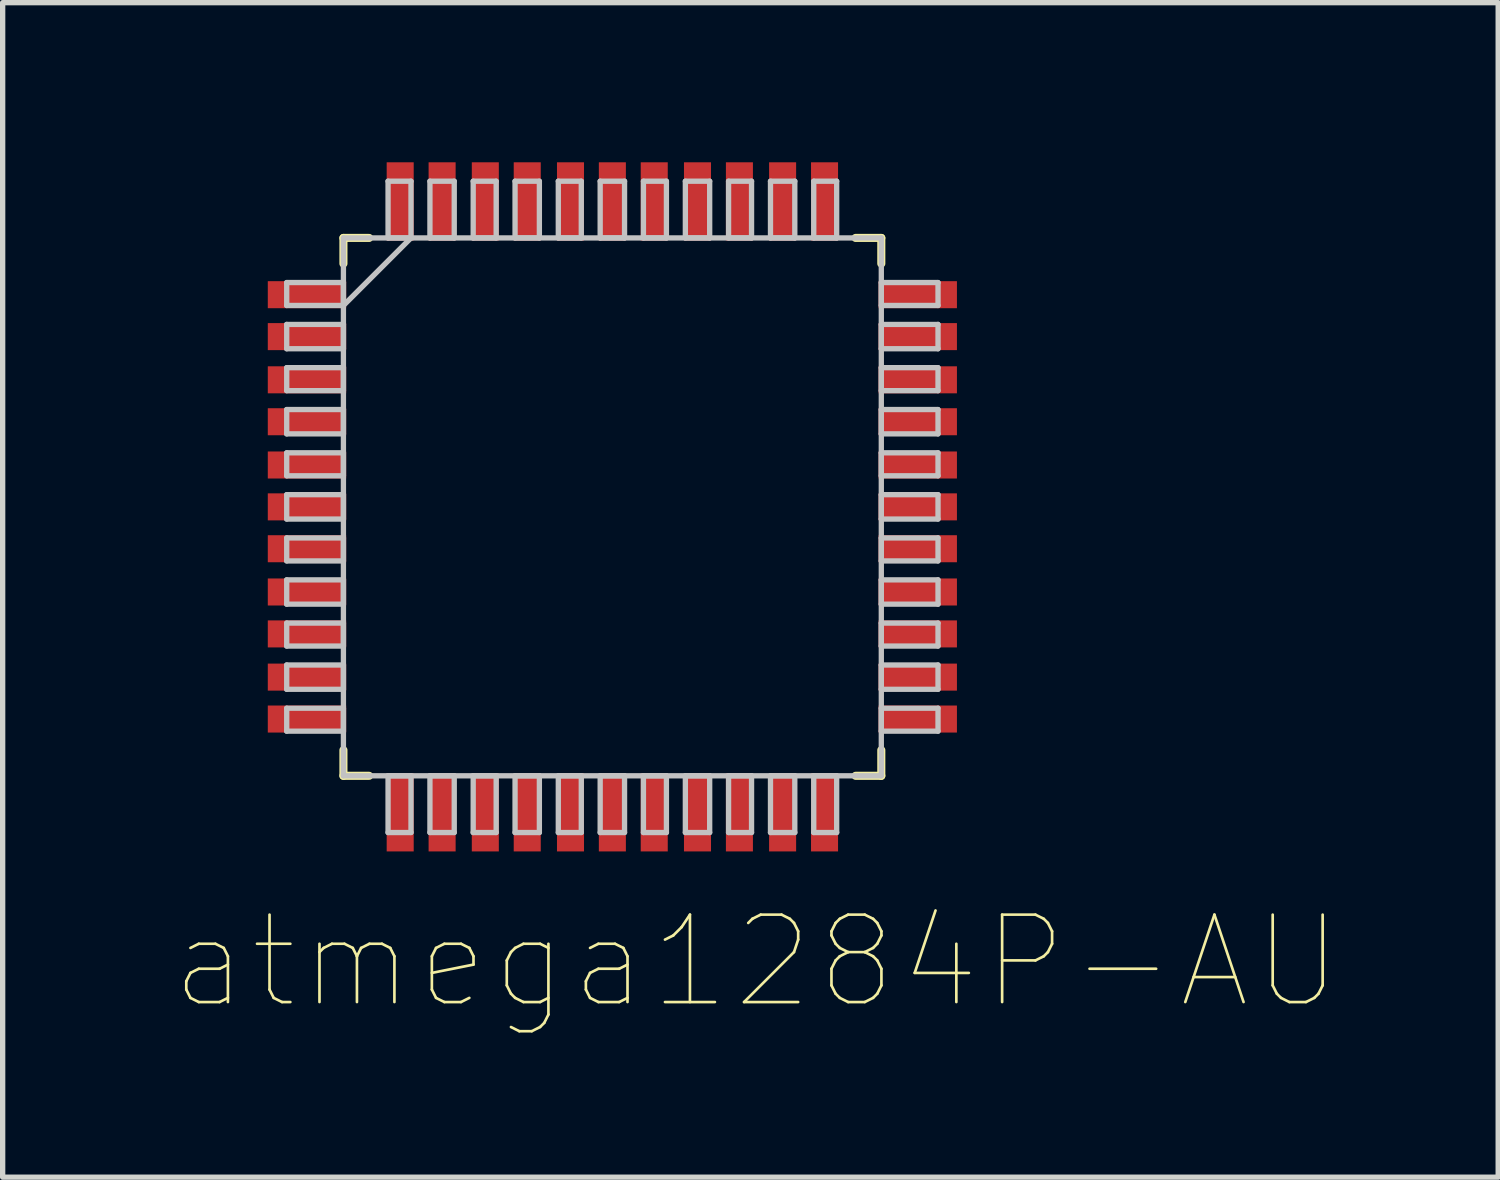
<source format=kicad_pcb>
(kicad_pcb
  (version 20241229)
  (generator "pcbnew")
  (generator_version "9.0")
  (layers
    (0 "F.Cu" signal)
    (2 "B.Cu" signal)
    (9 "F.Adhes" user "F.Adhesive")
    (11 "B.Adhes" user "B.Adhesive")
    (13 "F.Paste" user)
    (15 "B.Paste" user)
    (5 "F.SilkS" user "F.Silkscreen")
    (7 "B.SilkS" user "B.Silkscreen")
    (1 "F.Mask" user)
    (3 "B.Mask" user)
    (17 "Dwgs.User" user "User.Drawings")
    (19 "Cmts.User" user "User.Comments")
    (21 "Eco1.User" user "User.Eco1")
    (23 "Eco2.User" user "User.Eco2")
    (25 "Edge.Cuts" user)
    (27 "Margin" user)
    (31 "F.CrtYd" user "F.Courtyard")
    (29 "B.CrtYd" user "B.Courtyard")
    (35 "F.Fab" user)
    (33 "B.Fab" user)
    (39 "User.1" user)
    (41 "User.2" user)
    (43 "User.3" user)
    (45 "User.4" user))
  (footprint "atmega1284P-AU"
    (layer "F.Cu")
    (at 0.25 13.247)
    (property "Reference" "atmega1284P-AU" (at 10.92 1.78 0) (layer "F.SilkS") (effects (font (size 1.643 1.643) (thickness 0.05))))
    (attr smd)
    (fp_line (start 3.155 -11.825) (end 3.155 -11.342) (stroke (width 0.152) (type solid)) (layer "F.SilkS"))
    (fp_line (start 3.155 -2.198) (end 3.155 -1.715) (stroke (width 0.152) (type solid)) (layer "F.SilkS"))
    (fp_line (start 3.155 -1.715) (end 3.638 -1.715) (stroke (width 0.152) (type solid)) (layer "F.SilkS"))
    (fp_line (start 3.638 -11.825) (end 3.155 -11.825) (stroke (width 0.152) (type solid)) (layer "F.SilkS"))
    (fp_line (start 12.782 -1.715) (end 13.265 -1.715) (stroke (width 0.152) (type solid)) (layer "F.SilkS"))
    (fp_line (start 13.265 -11.825) (end 12.782 -11.825) (stroke (width 0.152) (type solid)) (layer "F.SilkS"))
    (fp_line (start 13.265 -11.342) (end 13.265 -11.825) (stroke (width 0.152) (type solid)) (layer "F.SilkS"))
    (fp_line (start 13.265 -1.715) (end 13.265 -2.198) (stroke (width 0.152) (type solid)) (layer "F.SilkS"))
    (fp_line (start 2.089 -10.986) (end 2.089 -10.555) (stroke (width 0.1) (type solid)) (layer "Dwgs.User"))
    (fp_line (start 2.089 -10.555) (end 3.155 -10.555) (stroke (width 0.1) (type solid)) (layer "Dwgs.User"))
    (fp_line (start 2.089 -10.199) (end 2.089 -9.742) (stroke (width 0.1) (type solid)) (layer "Dwgs.User"))
    (fp_line (start 2.089 -9.742) (end 3.155 -9.742) (stroke (width 0.1) (type solid)) (layer "Dwgs.User"))
    (fp_line (start 2.089 -9.386) (end 2.089 -8.954) (stroke (width 0.1) (type solid)) (layer "Dwgs.User"))
    (fp_line (start 2.089 -8.954) (end 3.155 -8.954) (stroke (width 0.1) (type solid)) (layer "Dwgs.User"))
    (fp_line (start 2.089 -8.599) (end 2.089 -8.142) (stroke (width 0.1) (type solid)) (layer "Dwgs.User"))
    (fp_line (start 2.089 -8.142) (end 3.155 -8.142) (stroke (width 0.1) (type solid)) (layer "Dwgs.User"))
    (fp_line (start 2.089 -7.786) (end 2.089 -7.354) (stroke (width 0.1) (type solid)) (layer "Dwgs.User"))
    (fp_line (start 2.089 -7.354) (end 3.155 -7.354) (stroke (width 0.1) (type solid)) (layer "Dwgs.User"))
    (fp_line (start 2.089 -6.999) (end 2.089 -6.541) (stroke (width 0.1) (type solid)) (layer "Dwgs.User"))
    (fp_line (start 2.089 -6.541) (end 3.155 -6.541) (stroke (width 0.1) (type solid)) (layer "Dwgs.User"))
    (fp_line (start 2.089 -6.186) (end 2.089 -5.754) (stroke (width 0.1) (type solid)) (layer "Dwgs.User"))
    (fp_line (start 2.089 -5.754) (end 3.155 -5.754) (stroke (width 0.1) (type solid)) (layer "Dwgs.User"))
    (fp_line (start 2.089 -5.398) (end 2.089 -4.941) (stroke (width 0.1) (type solid)) (layer "Dwgs.User"))
    (fp_line (start 2.089 -4.941) (end 3.155 -4.941) (stroke (width 0.1) (type solid)) (layer "Dwgs.User"))
    (fp_line (start 2.089 -4.586) (end 2.089 -4.154) (stroke (width 0.1) (type solid)) (layer "Dwgs.User"))
    (fp_line (start 2.089 -4.154) (end 3.155 -4.154) (stroke (width 0.1) (type solid)) (layer "Dwgs.User"))
    (fp_line (start 2.089 -3.798) (end 2.089 -3.341) (stroke (width 0.1) (type solid)) (layer "Dwgs.User"))
    (fp_line (start 2.089 -3.341) (end 3.155 -3.341) (stroke (width 0.1) (type solid)) (layer "Dwgs.User"))
    (fp_line (start 2.089 -2.985) (end 2.089 -2.554) (stroke (width 0.1) (type solid)) (layer "Dwgs.User"))
    (fp_line (start 2.089 -2.554) (end 3.155 -2.554) (stroke (width 0.1) (type solid)) (layer "Dwgs.User"))
    (fp_line (start 3.155 -11.825) (end 3.155 -1.715) (stroke (width 0.1) (type solid)) (layer "Dwgs.User"))
    (fp_line (start 3.155 -10.986) (end 2.089 -10.986) (stroke (width 0.1) (type solid)) (layer "Dwgs.User"))
    (fp_line (start 3.155 -10.555) (end 3.155 -10.986) (stroke (width 0.1) (type solid)) (layer "Dwgs.User"))
    (fp_line (start 3.155 -10.555) (end 4.425 -11.825) (stroke (width 0.1) (type solid)) (layer "Dwgs.User"))
    (fp_line (start 3.155 -10.199) (end 2.089 -10.199) (stroke (width 0.1) (type solid)) (layer "Dwgs.User"))
    (fp_line (start 3.155 -9.742) (end 3.155 -10.199) (stroke (width 0.1) (type solid)) (layer "Dwgs.User"))
    (fp_line (start 3.155 -9.386) (end 2.089 -9.386) (stroke (width 0.1) (type solid)) (layer "Dwgs.User"))
    (fp_line (start 3.155 -8.954) (end 3.155 -9.386) (stroke (width 0.1) (type solid)) (layer "Dwgs.User"))
    (fp_line (start 3.155 -8.599) (end 2.089 -8.599) (stroke (width 0.1) (type solid)) (layer "Dwgs.User"))
    (fp_line (start 3.155 -8.142) (end 3.155 -8.599) (stroke (width 0.1) (type solid)) (layer "Dwgs.User"))
    (fp_line (start 3.155 -7.786) (end 2.089 -7.786) (stroke (width 0.1) (type solid)) (layer "Dwgs.User"))
    (fp_line (start 3.155 -7.354) (end 3.155 -7.786) (stroke (width 0.1) (type solid)) (layer "Dwgs.User"))
    (fp_line (start 3.155 -6.999) (end 2.089 -6.999) (stroke (width 0.1) (type solid)) (layer "Dwgs.User"))
    (fp_line (start 3.155 -6.541) (end 3.155 -6.999) (stroke (width 0.1) (type solid)) (layer "Dwgs.User"))
    (fp_line (start 3.155 -6.186) (end 2.089 -6.186) (stroke (width 0.1) (type solid)) (layer "Dwgs.User"))
    (fp_line (start 3.155 -5.754) (end 3.155 -6.186) (stroke (width 0.1) (type solid)) (layer "Dwgs.User"))
    (fp_line (start 3.155 -5.398) (end 2.089 -5.398) (stroke (width 0.1) (type solid)) (layer "Dwgs.User"))
    (fp_line (start 3.155 -4.941) (end 3.155 -5.398) (stroke (width 0.1) (type solid)) (layer "Dwgs.User"))
    (fp_line (start 3.155 -4.586) (end 2.089 -4.586) (stroke (width 0.1) (type solid)) (layer "Dwgs.User"))
    (fp_line (start 3.155 -4.154) (end 3.155 -4.586) (stroke (width 0.1) (type solid)) (layer "Dwgs.User"))
    (fp_line (start 3.155 -3.798) (end 2.089 -3.798) (stroke (width 0.1) (type solid)) (layer "Dwgs.User"))
    (fp_line (start 3.155 -3.341) (end 3.155 -3.798) (stroke (width 0.1) (type solid)) (layer "Dwgs.User"))
    (fp_line (start 3.155 -2.985) (end 2.089 -2.985) (stroke (width 0.1) (type solid)) (layer "Dwgs.User"))
    (fp_line (start 3.155 -2.554) (end 3.155 -2.985) (stroke (width 0.1) (type solid)) (layer "Dwgs.User"))
    (fp_line (start 3.155 -1.715) (end 13.265 -1.715) (stroke (width 0.1) (type solid)) (layer "Dwgs.User"))
    (fp_line (start 3.994 -12.891) (end 3.994 -11.825) (stroke (width 0.1) (type solid)) (layer "Dwgs.User"))
    (fp_line (start 3.994 -11.825) (end 4.425 -11.825) (stroke (width 0.1) (type solid)) (layer "Dwgs.User"))
    (fp_line (start 3.994 -1.715) (end 3.994 -0.649) (stroke (width 0.1) (type solid)) (layer "Dwgs.User"))
    (fp_line (start 3.994 -0.649) (end 4.425 -0.649) (stroke (width 0.1) (type solid)) (layer "Dwgs.User"))
    (fp_line (start 4.425 -12.891) (end 3.994 -12.891) (stroke (width 0.1) (type solid)) (layer "Dwgs.User"))
    (fp_line (start 4.425 -11.825) (end 4.425 -12.891) (stroke (width 0.1) (type solid)) (layer "Dwgs.User"))
    (fp_line (start 4.425 -1.715) (end 3.994 -1.715) (stroke (width 0.1) (type solid)) (layer "Dwgs.User"))
    (fp_line (start 4.425 -0.649) (end 4.425 -1.715) (stroke (width 0.1) (type solid)) (layer "Dwgs.User"))
    (fp_line (start 4.781 -12.891) (end 4.781 -11.825) (stroke (width 0.1) (type solid)) (layer "Dwgs.User"))
    (fp_line (start 4.781 -11.825) (end 5.238 -11.825) (stroke (width 0.1) (type solid)) (layer "Dwgs.User"))
    (fp_line (start 4.781 -1.715) (end 4.781 -0.649) (stroke (width 0.1) (type solid)) (layer "Dwgs.User"))
    (fp_line (start 4.781 -0.649) (end 5.238 -0.649) (stroke (width 0.1) (type solid)) (layer "Dwgs.User"))
    (fp_line (start 5.238 -12.891) (end 4.781 -12.891) (stroke (width 0.1) (type solid)) (layer "Dwgs.User"))
    (fp_line (start 5.238 -11.825) (end 5.238 -12.891) (stroke (width 0.1) (type solid)) (layer "Dwgs.User"))
    (fp_line (start 5.238 -1.715) (end 4.781 -1.715) (stroke (width 0.1) (type solid)) (layer "Dwgs.User"))
    (fp_line (start 5.238 -0.649) (end 5.238 -1.715) (stroke (width 0.1) (type solid)) (layer "Dwgs.User"))
    (fp_line (start 5.594 -12.891) (end 5.594 -11.825) (stroke (width 0.1) (type solid)) (layer "Dwgs.User"))
    (fp_line (start 5.594 -11.825) (end 6.026 -11.825) (stroke (width 0.1) (type solid)) (layer "Dwgs.User"))
    (fp_line (start 5.594 -1.715) (end 5.594 -0.649) (stroke (width 0.1) (type solid)) (layer "Dwgs.User"))
    (fp_line (start 5.594 -0.649) (end 6.026 -0.649) (stroke (width 0.1) (type solid)) (layer "Dwgs.User"))
    (fp_line (start 6.026 -12.891) (end 5.594 -12.891) (stroke (width 0.1) (type solid)) (layer "Dwgs.User"))
    (fp_line (start 6.026 -11.825) (end 6.026 -12.891) (stroke (width 0.1) (type solid)) (layer "Dwgs.User"))
    (fp_line (start 6.026 -1.715) (end 5.594 -1.715) (stroke (width 0.1) (type solid)) (layer "Dwgs.User"))
    (fp_line (start 6.026 -0.649) (end 6.026 -1.715) (stroke (width 0.1) (type solid)) (layer "Dwgs.User"))
    (fp_line (start 6.381 -12.891) (end 6.381 -11.825) (stroke (width 0.1) (type solid)) (layer "Dwgs.User"))
    (fp_line (start 6.381 -11.825) (end 6.838 -11.825) (stroke (width 0.1) (type solid)) (layer "Dwgs.User"))
    (fp_line (start 6.381 -1.715) (end 6.381 -0.649) (stroke (width 0.1) (type solid)) (layer "Dwgs.User"))
    (fp_line (start 6.381 -0.649) (end 6.838 -0.649) (stroke (width 0.1) (type solid)) (layer "Dwgs.User"))
    (fp_line (start 6.838 -12.891) (end 6.381 -12.891) (stroke (width 0.1) (type solid)) (layer "Dwgs.User"))
    (fp_line (start 6.838 -11.825) (end 6.838 -12.891) (stroke (width 0.1) (type solid)) (layer "Dwgs.User"))
    (fp_line (start 6.838 -1.715) (end 6.381 -1.715) (stroke (width 0.1) (type solid)) (layer "Dwgs.User"))
    (fp_line (start 6.838 -0.649) (end 6.838 -1.715) (stroke (width 0.1) (type solid)) (layer "Dwgs.User"))
    (fp_line (start 7.194 -12.891) (end 7.194 -11.825) (stroke (width 0.1) (type solid)) (layer "Dwgs.User"))
    (fp_line (start 7.194 -11.825) (end 7.626 -11.825) (stroke (width 0.1) (type solid)) (layer "Dwgs.User"))
    (fp_line (start 7.194 -1.715) (end 7.194 -0.649) (stroke (width 0.1) (type solid)) (layer "Dwgs.User"))
    (fp_line (start 7.194 -0.649) (end 7.626 -0.649) (stroke (width 0.1) (type solid)) (layer "Dwgs.User"))
    (fp_line (start 7.626 -12.891) (end 7.194 -12.891) (stroke (width 0.1) (type solid)) (layer "Dwgs.User"))
    (fp_line (start 7.626 -11.825) (end 7.626 -12.891) (stroke (width 0.1) (type solid)) (layer "Dwgs.User"))
    (fp_line (start 7.626 -1.715) (end 7.194 -1.715) (stroke (width 0.1) (type solid)) (layer "Dwgs.User"))
    (fp_line (start 7.626 -0.649) (end 7.626 -1.715) (stroke (width 0.1) (type solid)) (layer "Dwgs.User"))
    (fp_line (start 7.981 -12.891) (end 7.981 -11.825) (stroke (width 0.1) (type solid)) (layer "Dwgs.User"))
    (fp_line (start 7.981 -11.825) (end 8.439 -11.825) (stroke (width 0.1) (type solid)) (layer "Dwgs.User"))
    (fp_line (start 7.981 -1.715) (end 7.981 -0.649) (stroke (width 0.1) (type solid)) (layer "Dwgs.User"))
    (fp_line (start 7.981 -0.649) (end 8.439 -0.649) (stroke (width 0.1) (type solid)) (layer "Dwgs.User"))
    (fp_line (start 8.439 -12.891) (end 7.981 -12.891) (stroke (width 0.1) (type solid)) (layer "Dwgs.User"))
    (fp_line (start 8.439 -11.825) (end 8.439 -12.891) (stroke (width 0.1) (type solid)) (layer "Dwgs.User"))
    (fp_line (start 8.439 -1.715) (end 7.981 -1.715) (stroke (width 0.1) (type solid)) (layer "Dwgs.User"))
    (fp_line (start 8.439 -0.649) (end 8.439 -1.715) (stroke (width 0.1) (type solid)) (layer "Dwgs.User"))
    (fp_line (start 8.794 -12.891) (end 8.794 -11.825) (stroke (width 0.1) (type solid)) (layer "Dwgs.User"))
    (fp_line (start 8.794 -11.825) (end 9.226 -11.825) (stroke (width 0.1) (type solid)) (layer "Dwgs.User"))
    (fp_line (start 8.794 -1.715) (end 8.794 -0.649) (stroke (width 0.1) (type solid)) (layer "Dwgs.User"))
    (fp_line (start 8.794 -0.649) (end 9.226 -0.649) (stroke (width 0.1) (type solid)) (layer "Dwgs.User"))
    (fp_line (start 9.226 -12.891) (end 8.794 -12.891) (stroke (width 0.1) (type solid)) (layer "Dwgs.User"))
    (fp_line (start 9.226 -11.825) (end 9.226 -12.891) (stroke (width 0.1) (type solid)) (layer "Dwgs.User"))
    (fp_line (start 9.226 -1.715) (end 8.794 -1.715) (stroke (width 0.1) (type solid)) (layer "Dwgs.User"))
    (fp_line (start 9.226 -0.649) (end 9.226 -1.715) (stroke (width 0.1) (type solid)) (layer "Dwgs.User"))
    (fp_line (start 9.582 -12.891) (end 9.582 -11.825) (stroke (width 0.1) (type solid)) (layer "Dwgs.User"))
    (fp_line (start 9.582 -11.825) (end 10.039 -11.825) (stroke (width 0.1) (type solid)) (layer "Dwgs.User"))
    (fp_line (start 9.582 -1.715) (end 9.582 -0.649) (stroke (width 0.1) (type solid)) (layer "Dwgs.User"))
    (fp_line (start 9.582 -0.649) (end 10.039 -0.649) (stroke (width 0.1) (type solid)) (layer "Dwgs.User"))
    (fp_line (start 10.039 -12.891) (end 9.582 -12.891) (stroke (width 0.1) (type solid)) (layer "Dwgs.User"))
    (fp_line (start 10.039 -11.825) (end 10.039 -12.891) (stroke (width 0.1) (type solid)) (layer "Dwgs.User"))
    (fp_line (start 10.039 -1.715) (end 9.582 -1.715) (stroke (width 0.1) (type solid)) (layer "Dwgs.User"))
    (fp_line (start 10.039 -0.649) (end 10.039 -1.715) (stroke (width 0.1) (type solid)) (layer "Dwgs.User"))
    (fp_line (start 10.394 -12.891) (end 10.394 -11.825) (stroke (width 0.1) (type solid)) (layer "Dwgs.User"))
    (fp_line (start 10.394 -11.825) (end 10.826 -11.825) (stroke (width 0.1) (type solid)) (layer "Dwgs.User"))
    (fp_line (start 10.394 -1.715) (end 10.394 -0.649) (stroke (width 0.1) (type solid)) (layer "Dwgs.User"))
    (fp_line (start 10.394 -0.649) (end 10.826 -0.649) (stroke (width 0.1) (type solid)) (layer "Dwgs.User"))
    (fp_line (start 10.826 -12.891) (end 10.394 -12.891) (stroke (width 0.1) (type solid)) (layer "Dwgs.User"))
    (fp_line (start 10.826 -11.825) (end 10.826 -12.891) (stroke (width 0.1) (type solid)) (layer "Dwgs.User"))
    (fp_line (start 10.826 -1.715) (end 10.394 -1.715) (stroke (width 0.1) (type solid)) (layer "Dwgs.User"))
    (fp_line (start 10.826 -0.649) (end 10.826 -1.715) (stroke (width 0.1) (type solid)) (layer "Dwgs.User"))
    (fp_line (start 11.182 -12.891) (end 11.182 -11.825) (stroke (width 0.1) (type solid)) (layer "Dwgs.User"))
    (fp_line (start 11.182 -11.825) (end 11.639 -11.825) (stroke (width 0.1) (type solid)) (layer "Dwgs.User"))
    (fp_line (start 11.182 -1.715) (end 11.182 -0.649) (stroke (width 0.1) (type solid)) (layer "Dwgs.User"))
    (fp_line (start 11.182 -0.649) (end 11.639 -0.649) (stroke (width 0.1) (type solid)) (layer "Dwgs.User"))
    (fp_line (start 11.639 -12.891) (end 11.182 -12.891) (stroke (width 0.1) (type solid)) (layer "Dwgs.User"))
    (fp_line (start 11.639 -11.825) (end 11.639 -12.891) (stroke (width 0.1) (type solid)) (layer "Dwgs.User"))
    (fp_line (start 11.639 -1.715) (end 11.182 -1.715) (stroke (width 0.1) (type solid)) (layer "Dwgs.User"))
    (fp_line (start 11.639 -0.649) (end 11.639 -1.715) (stroke (width 0.1) (type solid)) (layer "Dwgs.User"))
    (fp_line (start 11.995 -12.891) (end 11.995 -11.825) (stroke (width 0.1) (type solid)) (layer "Dwgs.User"))
    (fp_line (start 11.995 -11.825) (end 12.426 -11.825) (stroke (width 0.1) (type solid)) (layer "Dwgs.User"))
    (fp_line (start 11.995 -1.715) (end 11.995 -0.649) (stroke (width 0.1) (type solid)) (layer "Dwgs.User"))
    (fp_line (start 11.995 -0.649) (end 12.426 -0.649) (stroke (width 0.1) (type solid)) (layer "Dwgs.User"))
    (fp_line (start 12.426 -12.891) (end 11.995 -12.891) (stroke (width 0.1) (type solid)) (layer "Dwgs.User"))
    (fp_line (start 12.426 -11.825) (end 12.426 -12.891) (stroke (width 0.1) (type solid)) (layer "Dwgs.User"))
    (fp_line (start 12.426 -1.715) (end 11.995 -1.715) (stroke (width 0.1) (type solid)) (layer "Dwgs.User"))
    (fp_line (start 12.426 -0.649) (end 12.426 -1.715) (stroke (width 0.1) (type solid)) (layer "Dwgs.User"))
    (fp_line (start 13.265 -11.825) (end 3.155 -11.825) (stroke (width 0.1) (type solid)) (layer "Dwgs.User"))
    (fp_line (start 13.265 -10.986) (end 13.265 -10.555) (stroke (width 0.1) (type solid)) (layer "Dwgs.User"))
    (fp_line (start 13.265 -10.555) (end 14.331 -10.555) (stroke (width 0.1) (type solid)) (layer "Dwgs.User"))
    (fp_line (start 13.265 -10.199) (end 13.265 -9.742) (stroke (width 0.1) (type solid)) (layer "Dwgs.User"))
    (fp_line (start 13.265 -9.742) (end 14.331 -9.742) (stroke (width 0.1) (type solid)) (layer "Dwgs.User"))
    (fp_line (start 13.265 -9.386) (end 13.265 -8.954) (stroke (width 0.1) (type solid)) (layer "Dwgs.User"))
    (fp_line (start 13.265 -8.954) (end 14.331 -8.954) (stroke (width 0.1) (type solid)) (layer "Dwgs.User"))
    (fp_line (start 13.265 -8.599) (end 13.265 -8.142) (stroke (width 0.1) (type solid)) (layer "Dwgs.User"))
    (fp_line (start 13.265 -8.142) (end 14.331 -8.142) (stroke (width 0.1) (type solid)) (layer "Dwgs.User"))
    (fp_line (start 13.265 -7.786) (end 13.265 -7.354) (stroke (width 0.1) (type solid)) (layer "Dwgs.User"))
    (fp_line (start 13.265 -7.354) (end 14.331 -7.354) (stroke (width 0.1) (type solid)) (layer "Dwgs.User"))
    (fp_line (start 13.265 -6.999) (end 13.265 -6.541) (stroke (width 0.1) (type solid)) (layer "Dwgs.User"))
    (fp_line (start 13.265 -6.541) (end 14.331 -6.541) (stroke (width 0.1) (type solid)) (layer "Dwgs.User"))
    (fp_line (start 13.265 -6.186) (end 13.265 -5.754) (stroke (width 0.1) (type solid)) (layer "Dwgs.User"))
    (fp_line (start 13.265 -5.754) (end 14.331 -5.754) (stroke (width 0.1) (type solid)) (layer "Dwgs.User"))
    (fp_line (start 13.265 -5.398) (end 13.265 -4.941) (stroke (width 0.1) (type solid)) (layer "Dwgs.User"))
    (fp_line (start 13.265 -4.941) (end 14.331 -4.941) (stroke (width 0.1) (type solid)) (layer "Dwgs.User"))
    (fp_line (start 13.265 -4.586) (end 13.265 -4.154) (stroke (width 0.1) (type solid)) (layer "Dwgs.User"))
    (fp_line (start 13.265 -4.154) (end 14.331 -4.154) (stroke (width 0.1) (type solid)) (layer "Dwgs.User"))
    (fp_line (start 13.265 -3.798) (end 13.265 -3.341) (stroke (width 0.1) (type solid)) (layer "Dwgs.User"))
    (fp_line (start 13.265 -3.341) (end 14.331 -3.341) (stroke (width 0.1) (type solid)) (layer "Dwgs.User"))
    (fp_line (start 13.265 -2.985) (end 13.265 -2.554) (stroke (width 0.1) (type solid)) (layer "Dwgs.User"))
    (fp_line (start 13.265 -2.554) (end 14.331 -2.554) (stroke (width 0.1) (type solid)) (layer "Dwgs.User"))
    (fp_line (start 13.265 -1.715) (end 13.265 -11.825) (stroke (width 0.1) (type solid)) (layer "Dwgs.User"))
    (fp_line (start 14.331 -10.986) (end 13.265 -10.986) (stroke (width 0.1) (type solid)) (layer "Dwgs.User"))
    (fp_line (start 14.331 -10.555) (end 14.331 -10.986) (stroke (width 0.1) (type solid)) (layer "Dwgs.User"))
    (fp_line (start 14.331 -10.199) (end 13.265 -10.199) (stroke (width 0.1) (type solid)) (layer "Dwgs.User"))
    (fp_line (start 14.331 -9.742) (end 14.331 -10.199) (stroke (width 0.1) (type solid)) (layer "Dwgs.User"))
    (fp_line (start 14.331 -9.386) (end 13.265 -9.386) (stroke (width 0.1) (type solid)) (layer "Dwgs.User"))
    (fp_line (start 14.331 -8.954) (end 14.331 -9.386) (stroke (width 0.1) (type solid)) (layer "Dwgs.User"))
    (fp_line (start 14.331 -8.599) (end 13.265 -8.599) (stroke (width 0.1) (type solid)) (layer "Dwgs.User"))
    (fp_line (start 14.331 -8.142) (end 14.331 -8.599) (stroke (width 0.1) (type solid)) (layer "Dwgs.User"))
    (fp_line (start 14.331 -7.786) (end 13.265 -7.786) (stroke (width 0.1) (type solid)) (layer "Dwgs.User"))
    (fp_line (start 14.331 -7.354) (end 14.331 -7.786) (stroke (width 0.1) (type solid)) (layer "Dwgs.User"))
    (fp_line (start 14.331 -6.999) (end 13.265 -6.999) (stroke (width 0.1) (type solid)) (layer "Dwgs.User"))
    (fp_line (start 14.331 -6.541) (end 14.331 -6.999) (stroke (width 0.1) (type solid)) (layer "Dwgs.User"))
    (fp_line (start 14.331 -6.186) (end 13.265 -6.186) (stroke (width 0.1) (type solid)) (layer "Dwgs.User"))
    (fp_line (start 14.331 -5.754) (end 14.331 -6.186) (stroke (width 0.1) (type solid)) (layer "Dwgs.User"))
    (fp_line (start 14.331 -5.398) (end 13.265 -5.398) (stroke (width 0.1) (type solid)) (layer "Dwgs.User"))
    (fp_line (start 14.331 -4.941) (end 14.331 -5.398) (stroke (width 0.1) (type solid)) (layer "Dwgs.User"))
    (fp_line (start 14.331 -4.586) (end 13.265 -4.586) (stroke (width 0.1) (type solid)) (layer "Dwgs.User"))
    (fp_line (start 14.331 -4.154) (end 14.331 -4.586) (stroke (width 0.1) (type solid)) (layer "Dwgs.User"))
    (fp_line (start 14.331 -3.798) (end 13.265 -3.798) (stroke (width 0.1) (type solid)) (layer "Dwgs.User"))
    (fp_line (start 14.331 -3.341) (end 14.331 -3.798) (stroke (width 0.1) (type solid)) (layer "Dwgs.User"))
    (fp_line (start 14.331 -2.985) (end 13.265 -2.985) (stroke (width 0.1) (type solid)) (layer "Dwgs.User"))
    (fp_line (start 14.331 -2.554) (end 14.331 -2.985) (stroke (width 0.1) (type solid)) (layer "Dwgs.User"))
    (pad "1" smd rect (at 2.47 -10.758 270) (size 0.508 1.473) (layers "F.Cu" "F.Mask" "F.Paste"))
    (pad "2" smd rect (at 2.47 -9.97 270) (size 0.508 1.473) (layers "F.Cu" "F.Mask" "F.Paste"))
    (pad "3" smd rect (at 2.47 -9.158 270) (size 0.508 1.473) (layers "F.Cu" "F.Mask" "F.Paste"))
    (pad "4" smd rect (at 2.47 -8.37 270) (size 0.508 1.473) (layers "F.Cu" "F.Mask" "F.Paste"))
    (pad "5" smd rect (at 2.47 -7.557 270) (size 0.508 1.473) (layers "F.Cu" "F.Mask" "F.Paste"))
    (pad "6" smd rect (at 2.47 -6.77 270) (size 0.508 1.473) (layers "F.Cu" "F.Mask" "F.Paste"))
    (pad "7" smd rect (at 2.47 -5.983 270) (size 0.508 1.473) (layers "F.Cu" "F.Mask" "F.Paste"))
    (pad "8" smd rect (at 2.47 -5.17 270) (size 0.508 1.473) (layers "F.Cu" "F.Mask" "F.Paste"))
    (pad "9" smd rect (at 2.47 -4.382 270) (size 0.508 1.473) (layers "F.Cu" "F.Mask" "F.Paste"))
    (pad "10" smd rect (at 2.47 -3.57 270) (size 0.508 1.473) (layers "F.Cu" "F.Mask" "F.Paste"))
    (pad "11" smd rect (at 2.47 -2.782 270) (size 0.508 1.473) (layers "F.Cu" "F.Mask" "F.Paste"))
    (pad "12" smd rect (at 4.222 -1.03 180) (size 0.508 1.473) (layers "F.Cu" "F.Mask" "F.Paste"))
    (pad "13" smd rect (at 5.01 -1.03 180) (size 0.508 1.473) (layers "F.Cu" "F.Mask" "F.Paste"))
    (pad "14" smd rect (at 5.822 -1.03 180) (size 0.508 1.473) (layers "F.Cu" "F.Mask" "F.Paste"))
    (pad "15" smd rect (at 6.61 -1.03 180) (size 0.508 1.473) (layers "F.Cu" "F.Mask" "F.Paste"))
    (pad "16" smd rect (at 7.423 -1.03 180) (size 0.508 1.473) (layers "F.Cu" "F.Mask" "F.Paste"))
    (pad "17" smd rect (at 8.21 -1.03 180) (size 0.508 1.473) (layers "F.Cu" "F.Mask" "F.Paste"))
    (pad "18" smd rect (at 8.997 -1.03 180) (size 0.508 1.473) (layers "F.Cu" "F.Mask" "F.Paste"))
    (pad "19" smd rect (at 9.81 -1.03 180) (size 0.508 1.473) (layers "F.Cu" "F.Mask" "F.Paste"))
    (pad "20" smd rect (at 10.598 -1.03 180) (size 0.508 1.473) (layers "F.Cu" "F.Mask" "F.Paste"))
    (pad "21" smd rect (at 11.41 -1.03 180) (size 0.508 1.473) (layers "F.Cu" "F.Mask" "F.Paste"))
    (pad "22" smd rect (at 12.198 -1.03 180) (size 0.508 1.473) (layers "F.Cu" "F.Mask" "F.Paste"))
    (pad "23" smd rect (at 13.95 -2.782 270) (size 0.508 1.473) (layers "F.Cu" "F.Mask" "F.Paste"))
    (pad "24" smd rect (at 13.95 -3.57 270) (size 0.508 1.473) (layers "F.Cu" "F.Mask" "F.Paste"))
    (pad "25" smd rect (at 13.95 -4.382 270) (size 0.508 1.473) (layers "F.Cu" "F.Mask" "F.Paste"))
    (pad "26" smd rect (at 13.95 -5.17 270) (size 0.508 1.473) (layers "F.Cu" "F.Mask" "F.Paste"))
    (pad "27" smd rect (at 13.95 -5.983 270) (size 0.508 1.473) (layers "F.Cu" "F.Mask" "F.Paste"))
    (pad "28" smd rect (at 13.95 -6.77 270) (size 0.508 1.473) (layers "F.Cu" "F.Mask" "F.Paste"))
    (pad "29" smd rect (at 13.95 -7.557 270) (size 0.508 1.473) (layers "F.Cu" "F.Mask" "F.Paste"))
    (pad "30" smd rect (at 13.95 -8.37 270) (size 0.508 1.473) (layers "F.Cu" "F.Mask" "F.Paste"))
    (pad "31" smd rect (at 13.95 -9.158 270) (size 0.508 1.473) (layers "F.Cu" "F.Mask" "F.Paste"))
    (pad "32" smd rect (at 13.95 -9.97 270) (size 0.508 1.473) (layers "F.Cu" "F.Mask" "F.Paste"))
    (pad "33" smd rect (at 13.95 -10.758 270) (size 0.508 1.473) (layers "F.Cu" "F.Mask" "F.Paste"))
    (pad "34" smd rect (at 12.198 -12.51 180) (size 0.508 1.473) (layers "F.Cu" "F.Mask" "F.Paste"))
    (pad "35" smd rect (at 11.41 -12.51 180) (size 0.508 1.473) (layers "F.Cu" "F.Mask" "F.Paste"))
    (pad "36" smd rect (at 10.598 -12.51 180) (size 0.508 1.473) (layers "F.Cu" "F.Mask" "F.Paste"))
    (pad "37" smd rect (at 9.81 -12.51 180) (size 0.508 1.473) (layers "F.Cu" "F.Mask" "F.Paste"))
    (pad "38" smd rect (at 8.997 -12.51 180) (size 0.508 1.473) (layers "F.Cu" "F.Mask" "F.Paste"))
    (pad "39" smd rect (at 8.21 -12.51 180) (size 0.508 1.473) (layers "F.Cu" "F.Mask" "F.Paste"))
    (pad "40" smd rect (at 7.423 -12.51 180) (size 0.508 1.473) (layers "F.Cu" "F.Mask" "F.Paste"))
    (pad "41" smd rect (at 6.61 -12.51 180) (size 0.508 1.473) (layers "F.Cu" "F.Mask" "F.Paste"))
    (pad "42" smd rect (at 5.822 -12.51 180) (size 0.508 1.473) (layers "F.Cu" "F.Mask" "F.Paste"))
    (pad "43" smd rect (at 5.01 -12.51 180) (size 0.508 1.473) (layers "F.Cu" "F.Mask" "F.Paste"))
    (pad "44" smd rect (at 4.222 -12.51 180) (size 0.508 1.473) (layers "F.Cu" "F.Mask" "F.Paste")))
  (gr_rect
    (start -3 -3)
    (end 25.11 19.076)
    (stroke (width 0.1) (type default))
    (fill no)
    (layer "Edge.Cuts")))
</source>
